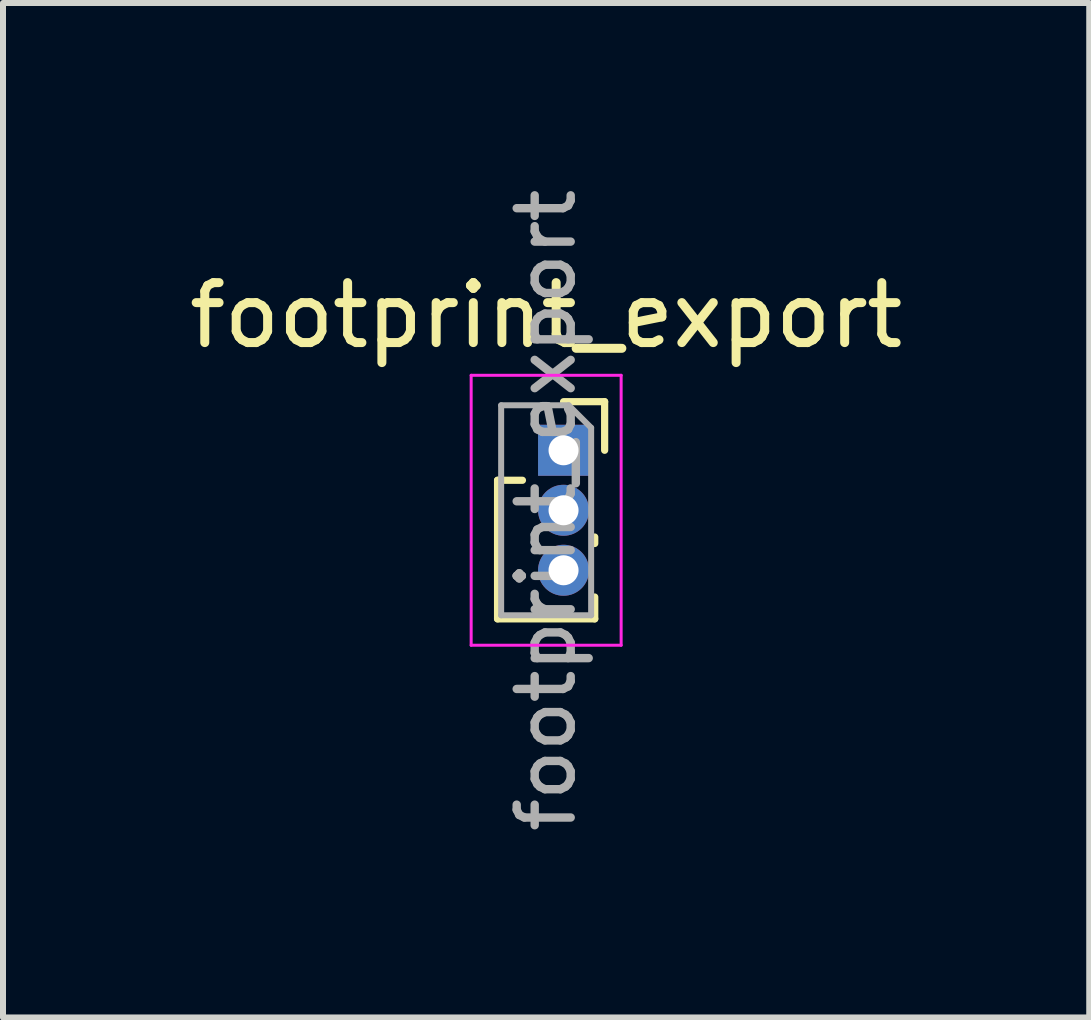
<source format=kicad_pcb>
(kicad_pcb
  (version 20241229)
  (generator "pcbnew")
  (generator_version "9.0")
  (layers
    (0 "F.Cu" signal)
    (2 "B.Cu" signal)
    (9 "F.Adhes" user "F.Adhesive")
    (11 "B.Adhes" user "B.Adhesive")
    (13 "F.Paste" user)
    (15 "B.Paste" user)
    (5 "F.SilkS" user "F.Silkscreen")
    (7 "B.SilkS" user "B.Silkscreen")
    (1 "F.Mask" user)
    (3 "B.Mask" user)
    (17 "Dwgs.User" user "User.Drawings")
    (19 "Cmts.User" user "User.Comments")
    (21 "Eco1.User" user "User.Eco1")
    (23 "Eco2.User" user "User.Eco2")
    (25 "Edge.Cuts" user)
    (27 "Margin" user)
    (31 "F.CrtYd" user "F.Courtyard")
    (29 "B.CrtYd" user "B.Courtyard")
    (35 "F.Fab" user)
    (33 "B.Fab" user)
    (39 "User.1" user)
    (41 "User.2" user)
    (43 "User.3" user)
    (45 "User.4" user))
  (footprint "footprint_export"
    (layer "F.Cu")
    (at 6.344 4.456)
    (property "Reference" "footprint_export" (at -0.29 -2.25 0) (layer "F.SilkS") (effects (font (size 1 1) (thickness 0.15))))
    (attr through_hole)
    (fp_line (start -1.1 0.5) (end -1.1 2.81) (stroke (width 0.12) (type solid)) (layer "F.SilkS"))
    (fp_line (start -1.1 0.5) (end -0.685 0.5) (stroke (width 0.12) (type solid)) (layer "F.SilkS"))
    (fp_line (start -1.1 2.81) (end 0.52 2.81) (stroke (width 0.12) (type solid)) (layer "F.SilkS"))
    (fp_line (start 0 -0.81) (end 0.685 -0.81) (stroke (width 0.12) (type solid)) (layer "F.SilkS"))
    (fp_line (start 0.52 1.446) (end 0.52 1.554) (stroke (width 0.12) (type solid)) (layer "F.SilkS"))
    (fp_line (start 0.52 2.446) (end 0.52 2.81) (stroke (width 0.12) (type solid)) (layer "F.SilkS"))
    (fp_line (start 0.685 -0.81) (end 0.685 0) (stroke (width 0.12) (type solid)) (layer "F.SilkS"))
    (fp_line (start -1.54 -1.25) (end 0.96 -1.25) (stroke (width 0.05) (type solid)) (layer "F.CrtYd"))
    (fp_line (start -1.54 3.25) (end -1.54 -1.25) (stroke (width 0.05) (type solid)) (layer "F.CrtYd"))
    (fp_line (start 0.96 -1.25) (end 0.96 3.25) (stroke (width 0.05) (type solid)) (layer "F.CrtYd"))
    (fp_line (start 0.96 3.25) (end -1.54 3.25) (stroke (width 0.05) (type solid)) (layer "F.CrtYd"))
    (fp_line (start -1.04 -0.75) (end 0.085 -0.75) (stroke (width 0.1) (type solid)) (layer "F.Fab"))
    (fp_line (start -1.04 2.75) (end -1.04 -0.75) (stroke (width 0.1) (type solid)) (layer "F.Fab"))
    (fp_line (start 0.085 -0.75) (end 0.46 -0.375) (stroke (width 0.1) (type solid)) (layer "F.Fab"))
    (fp_line (start 0.46 -0.375) (end 0.46 2.75) (stroke (width 0.1) (type solid)) (layer "F.Fab"))
    (fp_line (start 0.46 2.75) (end -1.04 2.75) (stroke (width 0.1) (type solid)) (layer "F.Fab"))
    (fp_text user "${REFERENCE}" (at -0.29 1 90) (layer "F.Fab") (effects (font (size 0.9 0.9) (thickness 0.14))))
    (pad "1" thru_hole rect (at 0 0) (size 0.85 0.85) (drill 0.5) (layers "*.Cu" "*.Mask"))
    (pad "2" thru_hole oval (at 0 1) (size 0.85 0.85) (drill 0.5) (layers "*.Cu" "*.Mask"))
    (pad "3" thru_hole oval (at 0 2) (size 0.85 0.85) (drill 0.5) (layers "*.Cu" "*.Mask")))
  (gr_rect
    (start -3 -3)
    (end 15.107 13.911)
    (stroke (width 0.1) (type default))
    (fill no)
    (layer "Edge.Cuts")))
</source>
